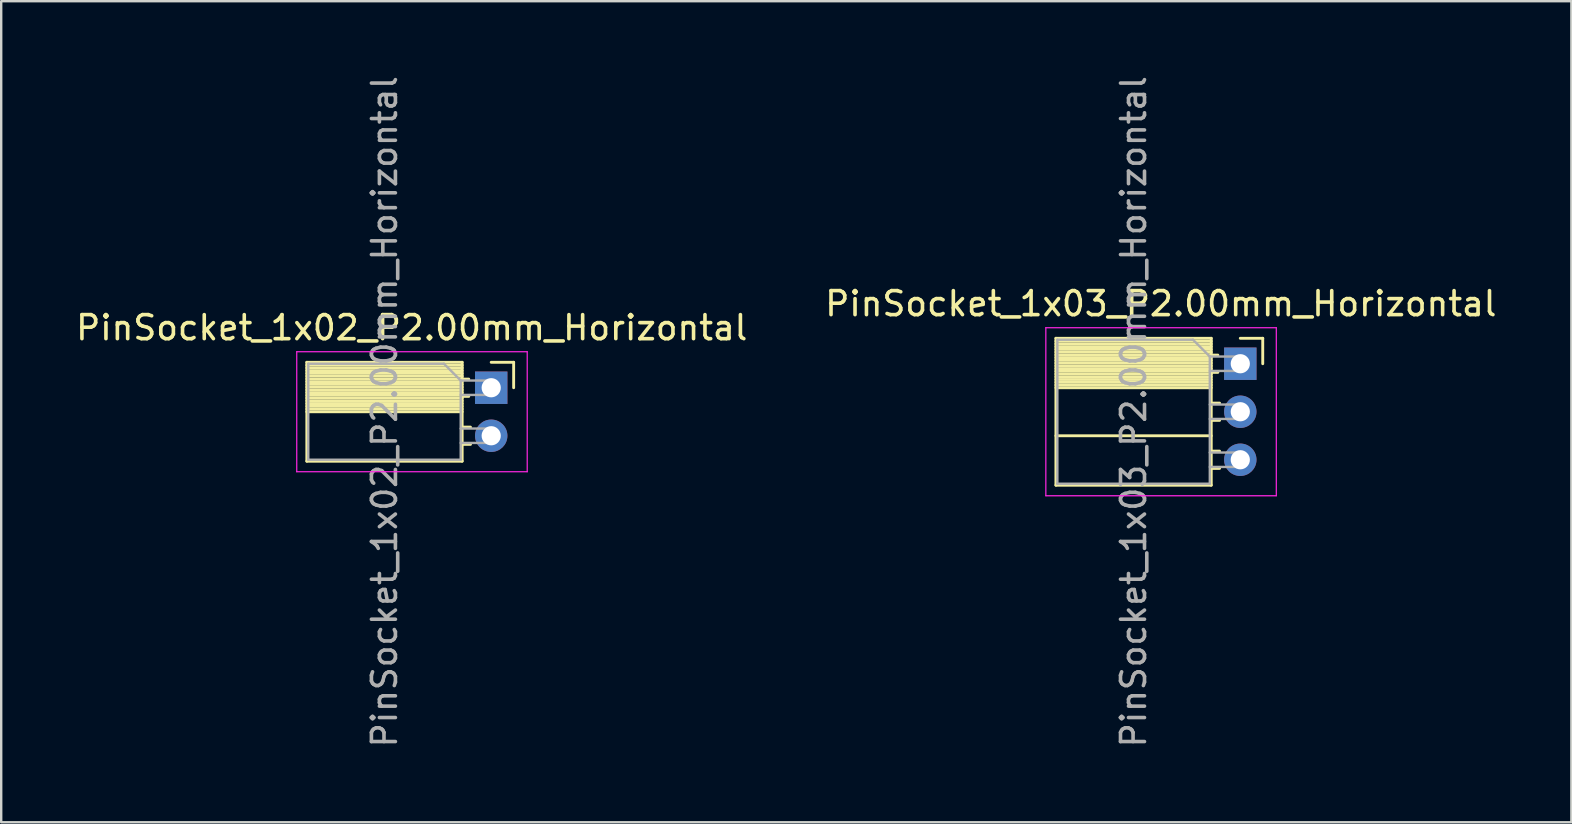
<source format=kicad_pcb>
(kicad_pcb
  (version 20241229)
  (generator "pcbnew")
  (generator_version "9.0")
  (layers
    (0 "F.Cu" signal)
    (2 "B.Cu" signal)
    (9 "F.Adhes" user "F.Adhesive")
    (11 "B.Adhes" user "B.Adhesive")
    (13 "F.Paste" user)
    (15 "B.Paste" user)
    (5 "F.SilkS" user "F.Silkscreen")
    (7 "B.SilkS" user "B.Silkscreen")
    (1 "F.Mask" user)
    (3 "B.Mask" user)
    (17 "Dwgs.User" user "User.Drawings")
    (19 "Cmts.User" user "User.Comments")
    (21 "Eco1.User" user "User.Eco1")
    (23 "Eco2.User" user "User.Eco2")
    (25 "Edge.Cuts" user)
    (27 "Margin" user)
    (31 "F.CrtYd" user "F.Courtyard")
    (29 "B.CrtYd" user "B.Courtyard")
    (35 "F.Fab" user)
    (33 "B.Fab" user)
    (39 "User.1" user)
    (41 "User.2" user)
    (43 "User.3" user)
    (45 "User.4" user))
  (footprint "PinSocket_1x03_P2.00mm_Horizontal"
    (layer "F.Cu")
    (at 48.614 12.101)
    (property "Reference" "PinSocket_1x03_P2.00mm_Horizontal" (at -3.31 -2.5 0) (layer "F.SilkS") (effects (font (size 1 1) (thickness 0.15))))
    (attr through_hole)
    (fp_line (start -7.68 -1.06) (end -7.68 5.06) (stroke (width 0.12) (type solid)) (layer "F.SilkS"))
    (fp_line (start -7.68 -1.06) (end -1.21 -1.06) (stroke (width 0.12) (type solid)) (layer "F.SilkS"))
    (fp_line (start -7.68 -0.94) (end -1.21 -0.94) (stroke (width 0.12) (type solid)) (layer "F.SilkS"))
    (fp_line (start -7.68 -0.826) (end -1.21 -0.826) (stroke (width 0.12) (type solid)) (layer "F.SilkS"))
    (fp_line (start -7.68 -0.712) (end -1.21 -0.712) (stroke (width 0.12) (type solid)) (layer "F.SilkS"))
    (fp_line (start -7.68 -0.598) (end -1.21 -0.598) (stroke (width 0.12) (type solid)) (layer "F.SilkS"))
    (fp_line (start -7.68 -0.484) (end -1.21 -0.484) (stroke (width 0.12) (type solid)) (layer "F.SilkS"))
    (fp_line (start -7.68 -0.369) (end -1.21 -0.369) (stroke (width 0.12) (type solid)) (layer "F.SilkS"))
    (fp_line (start -7.68 -0.255) (end -1.21 -0.255) (stroke (width 0.12) (type solid)) (layer "F.SilkS"))
    (fp_line (start -7.68 -0.141) (end -1.21 -0.141) (stroke (width 0.12) (type solid)) (layer "F.SilkS"))
    (fp_line (start -7.68 -0.027) (end -1.21 -0.027) (stroke (width 0.12) (type solid)) (layer "F.SilkS"))
    (fp_line (start -7.68 0.087) (end -1.21 0.087) (stroke (width 0.12) (type solid)) (layer "F.SilkS"))
    (fp_line (start -7.68 0.201) (end -1.21 0.201) (stroke (width 0.12) (type solid)) (layer "F.SilkS"))
    (fp_line (start -7.68 0.315) (end -1.21 0.315) (stroke (width 0.12) (type solid)) (layer "F.SilkS"))
    (fp_line (start -7.68 0.429) (end -1.21 0.429) (stroke (width 0.12) (type solid)) (layer "F.SilkS"))
    (fp_line (start -7.68 0.544) (end -1.21 0.544) (stroke (width 0.12) (type solid)) (layer "F.SilkS"))
    (fp_line (start -7.68 0.658) (end -1.21 0.658) (stroke (width 0.12) (type solid)) (layer "F.SilkS"))
    (fp_line (start -7.68 0.772) (end -1.21 0.772) (stroke (width 0.12) (type solid)) (layer "F.SilkS"))
    (fp_line (start -7.68 0.886) (end -1.21 0.886) (stroke (width 0.12) (type solid)) (layer "F.SilkS"))
    (fp_line (start -7.68 1) (end -1.21 1) (stroke (width 0.12) (type solid)) (layer "F.SilkS"))
    (fp_line (start -7.68 3) (end -1.21 3) (stroke (width 0.12) (type solid)) (layer "F.SilkS"))
    (fp_line (start -7.68 5.06) (end -1.21 5.06) (stroke (width 0.12) (type solid)) (layer "F.SilkS"))
    (fp_line (start -1.21 -1.06) (end -1.21 5.06) (stroke (width 0.12) (type solid)) (layer "F.SilkS"))
    (fp_line (start -1.21 -0.36) (end -0.935 -0.36) (stroke (width 0.12) (type solid)) (layer "F.SilkS"))
    (fp_line (start -1.21 0.36) (end -0.935 0.36) (stroke (width 0.12) (type solid)) (layer "F.SilkS"))
    (fp_line (start -1.21 1.64) (end -0.863 1.64) (stroke (width 0.12) (type solid)) (layer "F.SilkS"))
    (fp_line (start -1.21 2.36) (end -0.863 2.36) (stroke (width 0.12) (type solid)) (layer "F.SilkS"))
    (fp_line (start -1.21 3.64) (end -0.863 3.64) (stroke (width 0.12) (type solid)) (layer "F.SilkS"))
    (fp_line (start -1.21 4.36) (end -0.863 4.36) (stroke (width 0.12) (type solid)) (layer "F.SilkS"))
    (fp_line (start 0 -1.06) (end 0.935 -1.06) (stroke (width 0.12) (type solid)) (layer "F.SilkS"))
    (fp_line (start 0.935 -1.06) (end 0.935 0) (stroke (width 0.12) (type solid)) (layer "F.SilkS"))
    (fp_line (start -8.1 -1.5) (end -8.1 5.5) (stroke (width 0.05) (type solid)) (layer "F.CrtYd"))
    (fp_line (start -8.1 5.5) (end 1.5 5.5) (stroke (width 0.05) (type solid)) (layer "F.CrtYd"))
    (fp_line (start 1.5 -1.5) (end -8.1 -1.5) (stroke (width 0.05) (type solid)) (layer "F.CrtYd"))
    (fp_line (start 1.5 5.5) (end 1.5 -1.5) (stroke (width 0.05) (type solid)) (layer "F.CrtYd"))
    (fp_line (start -7.62 -1) (end -1.97 -1) (stroke (width 0.1) (type solid)) (layer "F.Fab"))
    (fp_line (start -7.62 5) (end -7.62 -1) (stroke (width 0.1) (type solid)) (layer "F.Fab"))
    (fp_line (start -1.97 -1) (end -1.27 -0.3) (stroke (width 0.1) (type solid)) (layer "F.Fab"))
    (fp_line (start -1.27 -0.3) (end -1.27 5) (stroke (width 0.1) (type solid)) (layer "F.Fab"))
    (fp_line (start -1.27 0.3) (end 0 0.3) (stroke (width 0.1) (type solid)) (layer "F.Fab"))
    (fp_line (start -1.27 2.3) (end 0 2.3) (stroke (width 0.1) (type solid)) (layer "F.Fab"))
    (fp_line (start -1.27 4.3) (end 0 4.3) (stroke (width 0.1) (type solid)) (layer "F.Fab"))
    (fp_line (start -1.27 5) (end -7.62 5) (stroke (width 0.1) (type solid)) (layer "F.Fab"))
    (fp_line (start 0 -0.3) (end -1.27 -0.3) (stroke (width 0.1) (type solid)) (layer "F.Fab"))
    (fp_line (start 0 0.3) (end 0 -0.3) (stroke (width 0.1) (type solid)) (layer "F.Fab"))
    (fp_line (start 0 1.7) (end -1.27 1.7) (stroke (width 0.1) (type solid)) (layer "F.Fab"))
    (fp_line (start 0 2.3) (end 0 1.7) (stroke (width 0.1) (type solid)) (layer "F.Fab"))
    (fp_line (start 0 3.7) (end -1.27 3.7) (stroke (width 0.1) (type solid)) (layer "F.Fab"))
    (fp_line (start 0 4.3) (end 0 3.7) (stroke (width 0.1) (type solid)) (layer "F.Fab"))
    (fp_text user "${REFERENCE}" (at -4.445 2 90) (layer "F.Fab") (effects (font (size 1 1) (thickness 0.15))))
    (pad "1" thru_hole rect (at 0 0) (size 1.35 1.35) (drill 0.8) (layers "*.Cu" "*.Mask"))
    (pad "2" thru_hole circle (at 0 2) (size 1.35 1.35) (drill 0.8) (layers "*.Cu" "*.Mask"))
    (pad "3" thru_hole circle (at 0 4) (size 1.35 1.35) (drill 0.8) (layers "*.Cu" "*.Mask")))
  (footprint "PinSocket_1x02_P2.00mm_Horizontal"
    (layer "F.Cu")
    (at 17.411 13.101)
    (property "Reference" "PinSocket_1x02_P2.00mm_Horizontal" (at -3.31 -2.5 0) (layer "F.SilkS") (effects (font (size 1 1) (thickness 0.15))))
    (attr through_hole)
    (fp_line (start -7.68 -1.06) (end -7.68 3.06) (stroke (width 0.12) (type solid)) (layer "F.SilkS"))
    (fp_line (start -7.68 -1.06) (end -1.21 -1.06) (stroke (width 0.12) (type solid)) (layer "F.SilkS"))
    (fp_line (start -7.68 -0.94) (end -1.21 -0.94) (stroke (width 0.12) (type solid)) (layer "F.SilkS"))
    (fp_line (start -7.68 -0.826) (end -1.21 -0.826) (stroke (width 0.12) (type solid)) (layer "F.SilkS"))
    (fp_line (start -7.68 -0.712) (end -1.21 -0.712) (stroke (width 0.12) (type solid)) (layer "F.SilkS"))
    (fp_line (start -7.68 -0.598) (end -1.21 -0.598) (stroke (width 0.12) (type solid)) (layer "F.SilkS"))
    (fp_line (start -7.68 -0.484) (end -1.21 -0.484) (stroke (width 0.12) (type solid)) (layer "F.SilkS"))
    (fp_line (start -7.68 -0.369) (end -1.21 -0.369) (stroke (width 0.12) (type solid)) (layer "F.SilkS"))
    (fp_line (start -7.68 -0.255) (end -1.21 -0.255) (stroke (width 0.12) (type solid)) (layer "F.SilkS"))
    (fp_line (start -7.68 -0.141) (end -1.21 -0.141) (stroke (width 0.12) (type solid)) (layer "F.SilkS"))
    (fp_line (start -7.68 -0.027) (end -1.21 -0.027) (stroke (width 0.12) (type solid)) (layer "F.SilkS"))
    (fp_line (start -7.68 0.087) (end -1.21 0.087) (stroke (width 0.12) (type solid)) (layer "F.SilkS"))
    (fp_line (start -7.68 0.201) (end -1.21 0.201) (stroke (width 0.12) (type solid)) (layer "F.SilkS"))
    (fp_line (start -7.68 0.315) (end -1.21 0.315) (stroke (width 0.12) (type solid)) (layer "F.SilkS"))
    (fp_line (start -7.68 0.429) (end -1.21 0.429) (stroke (width 0.12) (type solid)) (layer "F.SilkS"))
    (fp_line (start -7.68 0.544) (end -1.21 0.544) (stroke (width 0.12) (type solid)) (layer "F.SilkS"))
    (fp_line (start -7.68 0.658) (end -1.21 0.658) (stroke (width 0.12) (type solid)) (layer "F.SilkS"))
    (fp_line (start -7.68 0.772) (end -1.21 0.772) (stroke (width 0.12) (type solid)) (layer "F.SilkS"))
    (fp_line (start -7.68 0.886) (end -1.21 0.886) (stroke (width 0.12) (type solid)) (layer "F.SilkS"))
    (fp_line (start -7.68 1) (end -1.21 1) (stroke (width 0.12) (type solid)) (layer "F.SilkS"))
    (fp_line (start -7.68 3.06) (end -1.21 3.06) (stroke (width 0.12) (type solid)) (layer "F.SilkS"))
    (fp_line (start -1.21 -1.06) (end -1.21 3.06) (stroke (width 0.12) (type solid)) (layer "F.SilkS"))
    (fp_line (start -1.21 -0.36) (end -0.935 -0.36) (stroke (width 0.12) (type solid)) (layer "F.SilkS"))
    (fp_line (start -1.21 0.36) (end -0.935 0.36) (stroke (width 0.12) (type solid)) (layer "F.SilkS"))
    (fp_line (start -1.21 1.64) (end -0.863 1.64) (stroke (width 0.12) (type solid)) (layer "F.SilkS"))
    (fp_line (start -1.21 2.36) (end -0.863 2.36) (stroke (width 0.12) (type solid)) (layer "F.SilkS"))
    (fp_line (start 0 -1.06) (end 0.935 -1.06) (stroke (width 0.12) (type solid)) (layer "F.SilkS"))
    (fp_line (start 0.935 -1.06) (end 0.935 0) (stroke (width 0.12) (type solid)) (layer "F.SilkS"))
    (fp_line (start -8.1 -1.5) (end -8.1 3.5) (stroke (width 0.05) (type solid)) (layer "F.CrtYd"))
    (fp_line (start -8.1 3.5) (end 1.5 3.5) (stroke (width 0.05) (type solid)) (layer "F.CrtYd"))
    (fp_line (start 1.5 -1.5) (end -8.1 -1.5) (stroke (width 0.05) (type solid)) (layer "F.CrtYd"))
    (fp_line (start 1.5 3.5) (end 1.5 -1.5) (stroke (width 0.05) (type solid)) (layer "F.CrtYd"))
    (fp_line (start -7.62 -1) (end -1.97 -1) (stroke (width 0.1) (type solid)) (layer "F.Fab"))
    (fp_line (start -7.62 3) (end -7.62 -1) (stroke (width 0.1) (type solid)) (layer "F.Fab"))
    (fp_line (start -1.97 -1) (end -1.27 -0.3) (stroke (width 0.1) (type solid)) (layer "F.Fab"))
    (fp_line (start -1.27 -0.3) (end -1.27 3) (stroke (width 0.1) (type solid)) (layer "F.Fab"))
    (fp_line (start -1.27 0.3) (end 0 0.3) (stroke (width 0.1) (type solid)) (layer "F.Fab"))
    (fp_line (start -1.27 2.3) (end 0 2.3) (stroke (width 0.1) (type solid)) (layer "F.Fab"))
    (fp_line (start -1.27 3) (end -7.62 3) (stroke (width 0.1) (type solid)) (layer "F.Fab"))
    (fp_line (start 0 -0.3) (end -1.27 -0.3) (stroke (width 0.1) (type solid)) (layer "F.Fab"))
    (fp_line (start 0 0.3) (end 0 -0.3) (stroke (width 0.1) (type solid)) (layer "F.Fab"))
    (fp_line (start 0 1.7) (end -1.27 1.7) (stroke (width 0.1) (type solid)) (layer "F.Fab"))
    (fp_line (start 0 2.3) (end 0 1.7) (stroke (width 0.1) (type solid)) (layer "F.Fab"))
    (fp_text user "${REFERENCE}" (at -4.445 1 90) (layer "F.Fab") (effects (font (size 1 1) (thickness 0.15))))
    (pad "1" thru_hole rect (at 0 0) (size 1.35 1.35) (drill 0.8) (layers "*.Cu" "*.Mask"))
    (pad "2" thru_hole circle (at 0 2) (size 1.35 1.35) (drill 0.8) (layers "*.Cu" "*.Mask")))
  (gr_rect
    (start -3 -3)
    (end 62.405 31.202)
    (stroke (width 0.1) (type default))
    (fill no)
    (layer "Edge.Cuts")))
</source>
